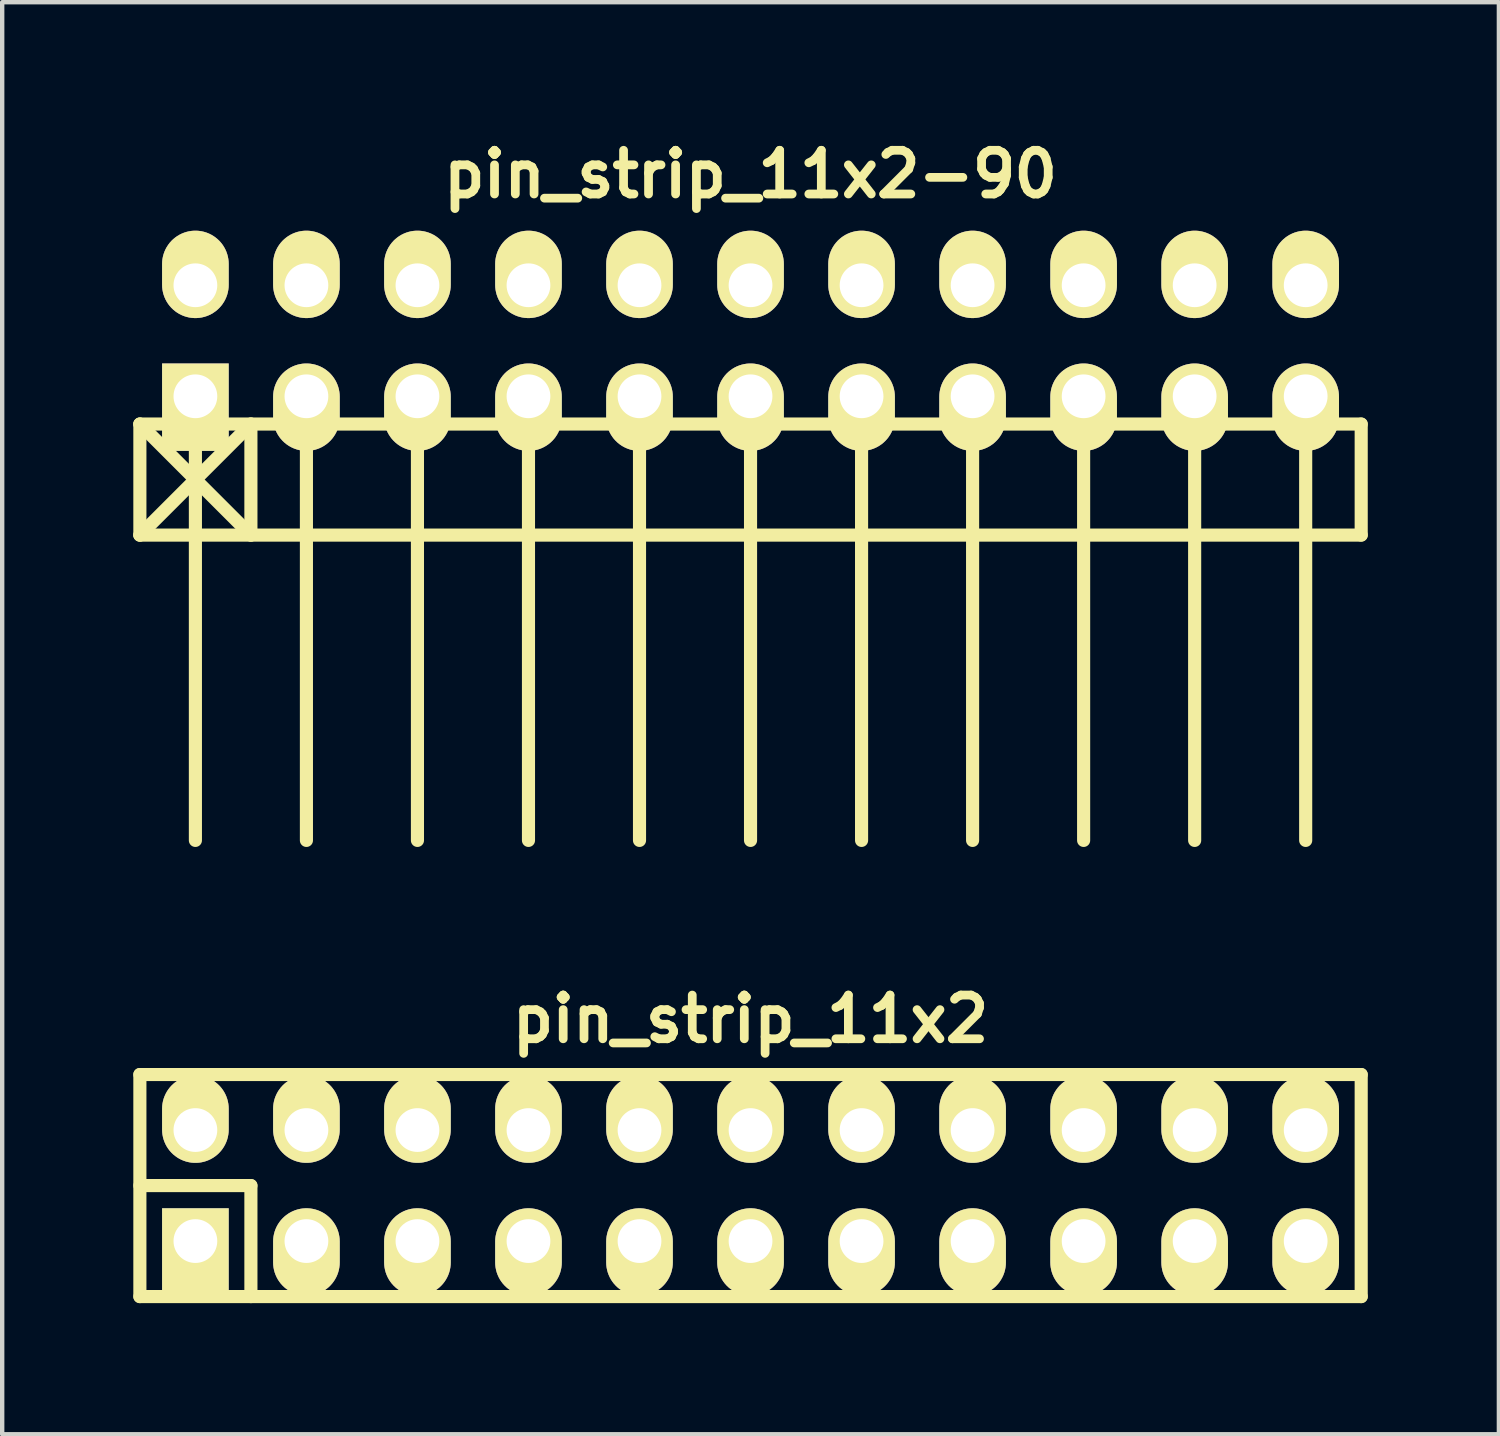
<source format=kicad_pcb>
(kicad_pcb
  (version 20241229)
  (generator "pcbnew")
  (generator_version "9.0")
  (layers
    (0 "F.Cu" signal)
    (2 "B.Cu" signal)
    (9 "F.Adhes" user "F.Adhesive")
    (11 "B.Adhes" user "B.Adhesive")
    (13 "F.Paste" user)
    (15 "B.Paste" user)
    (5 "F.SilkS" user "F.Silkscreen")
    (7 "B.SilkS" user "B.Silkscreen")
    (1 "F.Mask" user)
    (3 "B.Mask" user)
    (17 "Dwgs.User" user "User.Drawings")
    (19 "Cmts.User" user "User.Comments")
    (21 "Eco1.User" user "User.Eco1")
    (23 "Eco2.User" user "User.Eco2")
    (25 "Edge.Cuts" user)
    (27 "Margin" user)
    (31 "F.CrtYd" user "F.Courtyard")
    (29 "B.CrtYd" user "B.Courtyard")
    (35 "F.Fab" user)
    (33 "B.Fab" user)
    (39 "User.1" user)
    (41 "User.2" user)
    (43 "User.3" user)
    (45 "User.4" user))
  (footprint "pin_strip_11x2-90"
    (layer "F.Cu")
    (at 14.12 4.746)
    (property "Reference" "pin_strip_11x2-90" (at 0 -3.81 0) (layer "F.SilkS") (effects (font (size 1 1) (thickness 0.2))))
    (attr through_hole)
    (fp_line (start -13.97 1.905) (end -11.43 4.445) (stroke (width 0.3) (type solid)) (layer "F.SilkS"))
    (fp_line (start -13.97 1.905) (end 13.97 1.905) (stroke (width 0.3) (type solid)) (layer "F.SilkS"))
    (fp_line (start -13.97 4.445) (end -13.97 1.905) (stroke (width 0.3) (type solid)) (layer "F.SilkS"))
    (fp_line (start -12.7 1.27) (end -12.7 11.43) (stroke (width 0.3) (type solid)) (layer "F.SilkS"))
    (fp_line (start -11.43 1.905) (end -13.97 4.445) (stroke (width 0.3) (type solid)) (layer "F.SilkS"))
    (fp_line (start -11.43 4.445) (end -11.43 1.905) (stroke (width 0.3) (type solid)) (layer "F.SilkS"))
    (fp_line (start -10.16 1.27) (end -10.16 11.43) (stroke (width 0.3) (type solid)) (layer "F.SilkS"))
    (fp_line (start -7.62 11.43) (end -7.62 1.27) (stroke (width 0.3) (type solid)) (layer "F.SilkS"))
    (fp_line (start -5.08 1.27) (end -5.08 11.43) (stroke (width 0.3) (type solid)) (layer "F.SilkS"))
    (fp_line (start -2.54 1.27) (end -2.54 11.43) (stroke (width 0.3) (type solid)) (layer "F.SilkS"))
    (fp_line (start 0 1.27) (end 0 11.43) (stroke (width 0.3) (type solid)) (layer "F.SilkS"))
    (fp_line (start 2.54 1.27) (end 2.54 11.43) (stroke (width 0.3) (type solid)) (layer "F.SilkS"))
    (fp_line (start 5.08 1.27) (end 5.08 11.43) (stroke (width 0.3) (type solid)) (layer "F.SilkS"))
    (fp_line (start 7.62 1.27) (end 7.62 11.43) (stroke (width 0.3) (type solid)) (layer "F.SilkS"))
    (fp_line (start 10.16 1.27) (end 10.16 11.43) (stroke (width 0.3) (type solid)) (layer "F.SilkS"))
    (fp_line (start 12.7 1.27) (end 12.7 11.43) (stroke (width 0.3) (type solid)) (layer "F.SilkS"))
    (fp_line (start 13.97 1.905) (end 13.97 4.445) (stroke (width 0.3) (type solid)) (layer "F.SilkS"))
    (fp_line (start 13.97 4.445) (end -13.97 4.445) (stroke (width 0.3) (type solid)) (layer "F.SilkS"))
    (pad "1" thru_hole rect (at -12.7 1.27) (size 1.524 1.999) (drill 1.001 (offset 0 0.249)) (layers "*.Cu" "*.Mask" "F.SilkS"))
    (pad "2" thru_hole oval (at -12.7 -1.27) (size 1.524 1.999) (drill 1.001 (offset 0 -0.249)) (layers "*.Cu" "*.Mask" "F.SilkS"))
    (pad "3" thru_hole oval (at -10.16 1.27) (size 1.524 1.999) (drill 1.001 (offset 0 0.249)) (layers "*.Cu" "*.Mask" "F.SilkS"))
    (pad "4" thru_hole oval (at -10.16 -1.27) (size 1.524 1.999) (drill 1.001 (offset 0 -0.249)) (layers "*.Cu" "*.Mask" "F.SilkS"))
    (pad "5" thru_hole oval (at -7.62 1.27) (size 1.524 1.999) (drill 1.001 (offset 0 0.249)) (layers "*.Cu" "*.Mask" "F.SilkS"))
    (pad "6" thru_hole oval (at -7.62 -1.27) (size 1.524 1.999) (drill 1.001 (offset 0 -0.249)) (layers "*.Cu" "*.Mask" "F.SilkS"))
    (pad "7" thru_hole oval (at -5.08 1.27) (size 1.524 1.999) (drill 1.001 (offset 0 0.249)) (layers "*.Cu" "*.Mask" "F.SilkS"))
    (pad "8" thru_hole oval (at -5.08 -1.27) (size 1.524 1.999) (drill 1.001 (offset 0 -0.249)) (layers "*.Cu" "*.Mask" "F.SilkS"))
    (pad "9" thru_hole oval (at -2.54 1.27) (size 1.524 1.999) (drill 1.001 (offset 0 0.249)) (layers "*.Cu" "*.Mask" "F.SilkS"))
    (pad "10" thru_hole oval (at -2.54 -1.27) (size 1.524 1.999) (drill 1.001 (offset 0 -0.249)) (layers "*.Cu" "*.Mask" "F.SilkS"))
    (pad "11" thru_hole oval (at 0 1.27) (size 1.524 1.999) (drill 1.001 (offset 0 0.249)) (layers "*.Cu" "*.Mask" "F.SilkS"))
    (pad "12" thru_hole oval (at 0 -1.27) (size 1.524 1.999) (drill 1.001 (offset 0 -0.249)) (layers "*.Cu" "*.Mask" "F.SilkS"))
    (pad "13" thru_hole oval (at 2.54 1.27) (size 1.524 1.999) (drill 1.001 (offset 0 0.249)) (layers "*.Cu" "*.Mask" "F.SilkS"))
    (pad "14" thru_hole oval (at 2.54 -1.27) (size 1.524 1.999) (drill 1.001 (offset 0 -0.249)) (layers "*.Cu" "*.Mask" "F.SilkS"))
    (pad "15" thru_hole oval (at 5.08 1.27) (size 1.524 1.999) (drill 1.001 (offset 0 0.249)) (layers "*.Cu" "*.Mask" "F.SilkS"))
    (pad "16" thru_hole oval (at 5.08 -1.27) (size 1.524 1.999) (drill 1.001 (offset 0 -0.249)) (layers "*.Cu" "*.Mask" "F.SilkS"))
    (pad "17" thru_hole oval (at 7.62 1.27) (size 1.524 1.999) (drill 1.001 (offset 0 0.249)) (layers "*.Cu" "*.Mask" "F.SilkS"))
    (pad "18" thru_hole oval (at 7.62 -1.27) (size 1.524 1.999) (drill 1.001 (offset 0 -0.249)) (layers "*.Cu" "*.Mask" "F.SilkS"))
    (pad "19" thru_hole oval (at 10.16 1.27) (size 1.524 1.999) (drill 1.001 (offset 0 0.249)) (layers "*.Cu" "*.Mask" "F.SilkS"))
    (pad "20" thru_hole oval (at 10.16 -1.27) (size 1.524 1.999) (drill 1.001 (offset 0 -0.249)) (layers "*.Cu" "*.Mask" "F.SilkS"))
    (pad "21" thru_hole oval (at 12.7 1.27) (size 1.524 1.999) (drill 1.001 (offset 0 0.249)) (layers "*.Cu" "*.Mask" "F.SilkS"))
    (pad "22" thru_hole oval (at 12.7 -1.27) (size 1.524 1.999) (drill 1.001 (offset 0 -0.249)) (layers "*.Cu" "*.Mask" "F.SilkS")))
  (footprint "pin_strip_11x2"
    (layer "F.Cu")
    (at 14.12 24.072)
    (property "Reference" "pin_strip_11x2" (at 0 -3.81 0) (layer "F.SilkS") (effects (font (size 1 1) (thickness 0.2))))
    (attr through_hole)
    (fp_line (start -13.97 -2.54) (end -13.97 2.54) (stroke (width 0.3) (type solid)) (layer "F.SilkS"))
    (fp_line (start -13.97 -2.54) (end 13.97 -2.54) (stroke (width 0.3) (type solid)) (layer "F.SilkS"))
    (fp_line (start -13.97 0) (end -11.43 0) (stroke (width 0.3) (type solid)) (layer "F.SilkS"))
    (fp_line (start -11.43 0) (end -11.43 2.54) (stroke (width 0.3) (type solid)) (layer "F.SilkS"))
    (fp_line (start 13.97 2.54) (end -13.97 2.54) (stroke (width 0.3) (type solid)) (layer "F.SilkS"))
    (fp_line (start 13.97 2.54) (end 13.97 -2.54) (stroke (width 0.3) (type solid)) (layer "F.SilkS"))
    (pad "1" thru_hole rect (at -12.7 1.27) (size 1.524 1.999) (drill 1.001 (offset 0 0.249)) (layers "*.Cu" "*.Mask" "F.SilkS"))
    (pad "2" thru_hole oval (at -12.7 -1.27) (size 1.524 1.999) (drill 1.001 (offset 0 -0.249)) (layers "*.Cu" "*.Mask" "F.SilkS"))
    (pad "3" thru_hole oval (at -10.16 1.27) (size 1.524 1.999) (drill 1.001 (offset 0 0.249)) (layers "*.Cu" "*.Mask" "F.SilkS"))
    (pad "4" thru_hole oval (at -10.16 -1.27) (size 1.524 1.999) (drill 1.001 (offset 0 -0.249)) (layers "*.Cu" "*.Mask" "F.SilkS"))
    (pad "5" thru_hole oval (at -7.62 1.27) (size 1.524 1.999) (drill 1.001 (offset 0 0.249)) (layers "*.Cu" "*.Mask" "F.SilkS"))
    (pad "6" thru_hole oval (at -7.62 -1.27) (size 1.524 1.999) (drill 1.001 (offset 0 -0.249)) (layers "*.Cu" "*.Mask" "F.SilkS"))
    (pad "7" thru_hole oval (at -5.08 1.27) (size 1.524 1.999) (drill 1.001 (offset 0 0.249)) (layers "*.Cu" "*.Mask" "F.SilkS"))
    (pad "8" thru_hole oval (at -5.08 -1.27) (size 1.524 1.999) (drill 1.001 (offset 0 -0.249)) (layers "*.Cu" "*.Mask" "F.SilkS"))
    (pad "9" thru_hole oval (at -2.54 1.27) (size 1.524 1.999) (drill 1.001 (offset 0 0.249)) (layers "*.Cu" "*.Mask" "F.SilkS"))
    (pad "10" thru_hole oval (at -2.54 -1.27) (size 1.524 1.999) (drill 1.001 (offset 0 -0.249)) (layers "*.Cu" "*.Mask" "F.SilkS"))
    (pad "11" thru_hole oval (at 0 1.27) (size 1.524 1.999) (drill 1.001 (offset 0 0.249)) (layers "*.Cu" "*.Mask" "F.SilkS"))
    (pad "12" thru_hole oval (at 0 -1.27) (size 1.524 1.999) (drill 1.001 (offset 0 -0.249)) (layers "*.Cu" "*.Mask" "F.SilkS"))
    (pad "13" thru_hole oval (at 2.54 1.27) (size 1.524 1.999) (drill 1.001 (offset 0 0.249)) (layers "*.Cu" "*.Mask" "F.SilkS"))
    (pad "14" thru_hole oval (at 2.54 -1.27) (size 1.524 1.999) (drill 1.001 (offset 0 -0.249)) (layers "*.Cu" "*.Mask" "F.SilkS"))
    (pad "15" thru_hole oval (at 5.08 1.27) (size 1.524 1.999) (drill 1.001 (offset 0 0.249)) (layers "*.Cu" "*.Mask" "F.SilkS"))
    (pad "16" thru_hole oval (at 5.08 -1.27) (size 1.524 1.999) (drill 1.001 (offset 0 -0.249)) (layers "*.Cu" "*.Mask" "F.SilkS"))
    (pad "17" thru_hole oval (at 7.62 1.27) (size 1.524 1.999) (drill 1.001 (offset 0 0.249)) (layers "*.Cu" "*.Mask" "F.SilkS"))
    (pad "18" thru_hole oval (at 7.62 -1.27) (size 1.524 1.999) (drill 1.001 (offset 0 -0.249)) (layers "*.Cu" "*.Mask" "F.SilkS"))
    (pad "19" thru_hole oval (at 10.16 1.27) (size 1.524 1.999) (drill 1.001 (offset 0 0.249)) (layers "*.Cu" "*.Mask" "F.SilkS"))
    (pad "20" thru_hole oval (at 10.16 -1.27) (size 1.524 1.999) (drill 1.001 (offset 0 -0.249)) (layers "*.Cu" "*.Mask" "F.SilkS"))
    (pad "21" thru_hole oval (at 12.7 1.27) (size 1.524 1.999) (drill 1.001 (offset 0 0.249)) (layers "*.Cu" "*.Mask" "F.SilkS"))
    (pad "22" thru_hole oval (at 12.7 -1.27) (size 1.524 1.999) (drill 1.001 (offset 0 -0.249)) (layers "*.Cu" "*.Mask" "F.SilkS")))
  (gr_rect
    (start -3 -3)
    (end 31.24 29.762)
    (stroke (width 0.1) (type default))
    (fill no)
    (layer "Edge.Cuts")))
</source>
